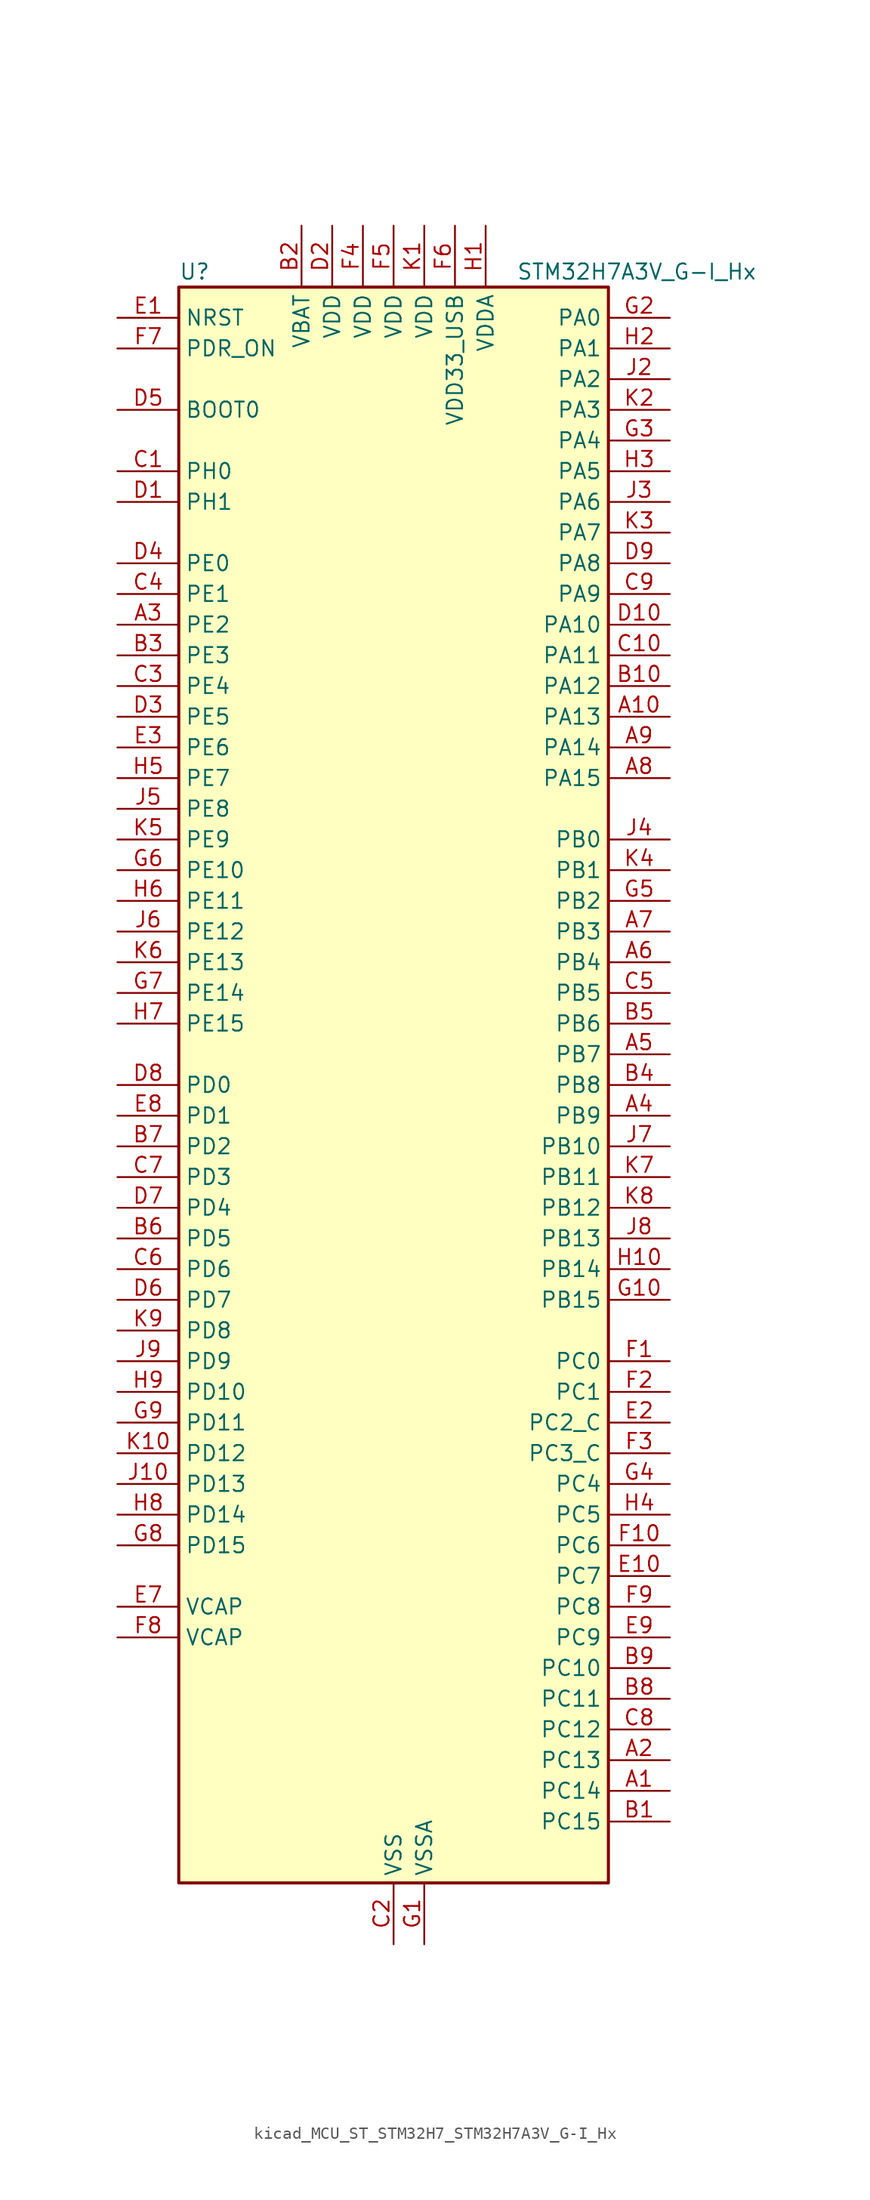
<source format=kicad_sym>
(kicad_symbol_lib
  (version 20220914)
  (generator kicad_symbol_editor)
  (symbol "kicad_MCU_ST_STM32H7_STM32H7A3V_G-I_Hx"
    (property "Reference" "U"
      (at -17.78 67.31 0)
      (effects (font (size 1.27 1.27)) (justify left)))
    (property "Value" "STM32H7A3V_G-I_Hx"
      (at 10.16 67.31 0)
      (effects (font (size 1.27 1.27)) (justify left)))
    (property "ki_locked" ""
      (at 0 0 0)
      (effects (font (size 1.27 1.27))))
    (symbol "kicad_MCU_ST_STM32H7_STM32H7A3V_G-I_Hx_0_1"
      (rectangle (start -17.78 -66.04) (end 17.78 66.04) (stroke (width 0.254) (type default)) (fill (type background))))
    (symbol "kicad_MCU_ST_STM32H7_STM32H7A3V_G-I_Hx_1_1"
      (pin bidirectional line (at 22.86 -58.42 180) (length 5.08) (name "PC14" (effects (font (size 1.27 1.27)))) (number "A1" (effects (font (size 1.27 1.27)))) (alternate "RCC_OSC32_IN" bidirectional line))
      (pin bidirectional line (at 22.86 30.48 180) (length 5.08) (name "PA13" (effects (font (size 1.27 1.27)))) (number "A10" (effects (font (size 1.27 1.27)))) (alternate "DEBUG_JTMS-SWDIO" bidirectional line))
      (pin bidirectional line (at 22.86 -55.88 180) (length 5.08) (name "PC13" (effects (font (size 1.27 1.27)))) (number "A2" (effects (font (size 1.27 1.27)))) (alternate "PWR_WKUP4" bidirectional line) (alternate "RTC_OUT_ALARM" bidirectional line) (alternate "RTC_OUT_CALIB" bidirectional line) (alternate "RTC_TAMP1" bidirectional line) (alternate "RTC_TS" bidirectional line))
      (pin bidirectional line (at -22.86 38.1 0) (length 5.08) (name "PE2" (effects (font (size 1.27 1.27)))) (number "A3" (effects (font (size 1.27 1.27)))) (alternate "DEBUG_TRACECLK" bidirectional line) (alternate "FMC_A23" bidirectional line) (alternate "OCTOSPIM_P1_IO2" bidirectional line) (alternate "SAI1_CK1" bidirectional line) (alternate "SAI1_MCLK_A" bidirectional line) (alternate "SPI4_SCK" bidirectional line) (alternate "USART10_RX" bidirectional line))
      (pin bidirectional line (at 22.86 -2.54 180) (length 5.08) (name "PB9" (effects (font (size 1.27 1.27)))) (number "A4" (effects (font (size 1.27 1.27)))) (alternate "DAC1_EXTI9" bidirectional line) (alternate "DCMI_D7" bidirectional line) (alternate "DFSDM1_DATIN7" bidirectional line) (alternate "FDCAN1_TX" bidirectional line) (alternate "I2C1_SDA" bidirectional line) (alternate "I2C4_SDA" bidirectional line) (alternate "I2C4_SMBA" bidirectional line) (alternate "I2S2_WS" bidirectional line) (alternate "LTDC_B7" bidirectional line) (alternate "PSSI_D7" bidirectional line) (alternate "SDMMC1_CDIR" bidirectional line) (alternate "SDMMC1_D5" bidirectional line) (alternate "SDMMC2_D5" bidirectional line) (alternate "SPI2_NSS" bidirectional line) (alternate "TIM17_CH1" bidirectional line) (alternate "TIM4_CH4" bidirectional line) (alternate "UART4_TX" bidirectional line))
      (pin bidirectional line (at 22.86 2.54 180) (length 5.08) (name "PB7" (effects (font (size 1.27 1.27)))) (number "A5" (effects (font (size 1.27 1.27)))) (alternate "DCMI_VSYNC" bidirectional line) (alternate "DFSDM1_CKIN5" bidirectional line) (alternate "FMC_NL" bidirectional line) (alternate "I2C1_SDA" bidirectional line) (alternate "I2C4_SDA" bidirectional line) (alternate "LPUART1_RX" bidirectional line) (alternate "PSSI_RDY" bidirectional line) (alternate "PWR_PVD_IN" bidirectional line) (alternate "TIM17_CH1N" bidirectional line) (alternate "TIM4_CH2" bidirectional line) (alternate "USART1_RX" bidirectional line))
      (pin bidirectional line (at 22.86 10.16 180) (length 5.08) (name "PB4" (effects (font (size 1.27 1.27)))) (number "A6" (effects (font (size 1.27 1.27)))) (alternate "DEBUG_JTRST" bidirectional line) (alternate "I2S1_SDI" bidirectional line) (alternate "I2S2_WS" bidirectional line) (alternate "I2S3_SDI" bidirectional line) (alternate "I2S6_SDI" bidirectional line) (alternate "SDMMC2_D3" bidirectional line) (alternate "SPI1_MISO" bidirectional line) (alternate "SPI2_NSS" bidirectional line) (alternate "SPI3_MISO" bidirectional line) (alternate "SPI6_MISO" bidirectional line) (alternate "TIM16_BKIN" bidirectional line) (alternate "TIM3_CH1" bidirectional line) (alternate "UART7_TX" bidirectional line))
      (pin bidirectional line (at 22.86 12.7 180) (length 5.08) (name "PB3" (effects (font (size 1.27 1.27)))) (number "A7" (effects (font (size 1.27 1.27)))) (alternate "CRS_SYNC" bidirectional line) (alternate "DEBUG_JTDO-SWO" bidirectional line) (alternate "I2S1_CK" bidirectional line) (alternate "I2S3_CK" bidirectional line) (alternate "I2S6_CK" bidirectional line) (alternate "SDMMC2_D2" bidirectional line) (alternate "SPI1_SCK" bidirectional line) (alternate "SPI3_SCK" bidirectional line) (alternate "SPI6_SCK" bidirectional line) (alternate "TIM2_CH2" bidirectional line) (alternate "UART7_RX" bidirectional line))
      (pin bidirectional line (at 22.86 25.4 180) (length 5.08) (name "PA15" (effects (font (size 1.27 1.27)))) (number "A8" (effects (font (size 1.27 1.27)))) (alternate "ADC1_EXTI15" bidirectional line) (alternate "ADC2_EXTI15" bidirectional line) (alternate "CEC" bidirectional line) (alternate "DEBUG_JTDI" bidirectional line) (alternate "I2S1_WS" bidirectional line) (alternate "I2S3_WS" bidirectional line) (alternate "I2S6_WS" bidirectional line) (alternate "LTDC_B6" bidirectional line) (alternate "LTDC_R3" bidirectional line) (alternate "SPI1_NSS" bidirectional line) (alternate "SPI3_NSS" bidirectional line) (alternate "SPI6_NSS" bidirectional line) (alternate "TIM2_CH1" bidirectional line) (alternate "TIM2_ETR" bidirectional line) (alternate "UART4_DE" bidirectional line) (alternate "UART4_RTS" bidirectional line) (alternate "UART7_TX" bidirectional line))
      (pin bidirectional line (at 22.86 27.94 180) (length 5.08) (name "PA14" (effects (font (size 1.27 1.27)))) (number "A9" (effects (font (size 1.27 1.27)))) (alternate "DEBUG_JTCK-SWCLK" bidirectional line))
      (pin bidirectional line (at 22.86 -60.96 180) (length 5.08) (name "PC15" (effects (font (size 1.27 1.27)))) (number "B1" (effects (font (size 1.27 1.27)))) (alternate "ADC1_EXTI15" bidirectional line) (alternate "ADC2_EXTI15" bidirectional line) (alternate "RCC_OSC32_OUT" bidirectional line))
      (pin bidirectional line (at 22.86 33.02 180) (length 5.08) (name "PA12" (effects (font (size 1.27 1.27)))) (number "B10" (effects (font (size 1.27 1.27)))) (alternate "FDCAN1_TX" bidirectional line) (alternate "I2S2_CK" bidirectional line) (alternate "LPUART1_DE" bidirectional line) (alternate "LPUART1_RTS" bidirectional line) (alternate "LTDC_R5" bidirectional line) (alternate "SAI2_FS_B" bidirectional line) (alternate "SPI2_SCK" bidirectional line) (alternate "TIM1_ETR" bidirectional line) (alternate "UART4_TX" bidirectional line) (alternate "USART1_DE" bidirectional line) (alternate "USART1_RTS" bidirectional line) (alternate "USB_OTG_HS_DP" bidirectional line))
      (pin power_in line (at -7.62 71.12 270) (length 5.08) (name "VBAT" (effects (font (size 1.27 1.27)))) (number "B2" (effects (font (size 1.27 1.27)))))
      (pin bidirectional line (at -22.86 35.56 0) (length 5.08) (name "PE3" (effects (font (size 1.27 1.27)))) (number "B3" (effects (font (size 1.27 1.27)))) (alternate "DEBUG_TRACED0" bidirectional line) (alternate "FMC_A19" bidirectional line) (alternate "SAI1_SD_B" bidirectional line) (alternate "TIM15_BKIN" bidirectional line) (alternate "USART10_TX" bidirectional line))
      (pin bidirectional line (at 22.86 0 180) (length 5.08) (name "PB8" (effects (font (size 1.27 1.27)))) (number "B4" (effects (font (size 1.27 1.27)))) (alternate "DCMI_D6" bidirectional line) (alternate "DFSDM1_CKIN7" bidirectional line) (alternate "FDCAN1_RX" bidirectional line) (alternate "I2C1_SCL" bidirectional line) (alternate "I2C4_SCL" bidirectional line) (alternate "LTDC_B6" bidirectional line) (alternate "PSSI_D6" bidirectional line) (alternate "SDMMC1_CKIN" bidirectional line) (alternate "SDMMC1_D4" bidirectional line) (alternate "SDMMC2_D4" bidirectional line) (alternate "TIM16_CH1" bidirectional line) (alternate "TIM4_CH3" bidirectional line) (alternate "UART4_RX" bidirectional line))
      (pin bidirectional line (at 22.86 5.08 180) (length 5.08) (name "PB6" (effects (font (size 1.27 1.27)))) (number "B5" (effects (font (size 1.27 1.27)))) (alternate "CEC" bidirectional line) (alternate "DCMI_D5" bidirectional line) (alternate "DFSDM1_DATIN5" bidirectional line) (alternate "FDCAN2_TX" bidirectional line) (alternate "FMC_SDNE1" bidirectional line) (alternate "I2C1_SCL" bidirectional line) (alternate "I2C4_SCL" bidirectional line) (alternate "LPUART1_TX" bidirectional line) (alternate "OCTOSPIM_P1_NCS" bidirectional line) (alternate "PSSI_D5" bidirectional line) (alternate "TIM16_CH1N" bidirectional line) (alternate "TIM4_CH1" bidirectional line) (alternate "UART5_TX" bidirectional line) (alternate "USART1_TX" bidirectional line))
      (pin bidirectional line (at -22.86 -12.7 0) (length 5.08) (name "PD5" (effects (font (size 1.27 1.27)))) (number "B6" (effects (font (size 1.27 1.27)))) (alternate "FMC_NWE" bidirectional line) (alternate "OCTOSPIM_P1_IO5" bidirectional line) (alternate "USART2_TX" bidirectional line))
      (pin bidirectional line (at -22.86 -5.08 0) (length 5.08) (name "PD2" (effects (font (size 1.27 1.27)))) (number "B7" (effects (font (size 1.27 1.27)))) (alternate "DCMI_D11" bidirectional line) (alternate "DEBUG_TRACED2" bidirectional line) (alternate "LTDC_B2" bidirectional line) (alternate "LTDC_B7" bidirectional line) (alternate "PSSI_D11" bidirectional line) (alternate "SDMMC1_CMD" bidirectional line) (alternate "TIM15_BKIN" bidirectional line) (alternate "TIM3_ETR" bidirectional line) (alternate "UART5_RX" bidirectional line))
      (pin bidirectional line (at 22.86 -50.8 180) (length 5.08) (name "PC11" (effects (font (size 1.27 1.27)))) (number "B8" (effects (font (size 1.27 1.27)))) (alternate "ADC1_EXTI11" bidirectional line) (alternate "ADC2_EXTI11" bidirectional line) (alternate "DCMI_D4" bidirectional line) (alternate "DFSDM1_DATIN5" bidirectional line) (alternate "DFSDM2_DATIN0" bidirectional line) (alternate "I2S3_SDI" bidirectional line) (alternate "LTDC_B4" bidirectional line) (alternate "OCTOSPIM_P1_NCS" bidirectional line) (alternate "PSSI_D4" bidirectional line) (alternate "SDMMC1_D3" bidirectional line) (alternate "SPI3_MISO" bidirectional line) (alternate "UART4_RX" bidirectional line) (alternate "USART3_RX" bidirectional line))
      (pin bidirectional line (at 22.86 -48.26 180) (length 5.08) (name "PC10" (effects (font (size 1.27 1.27)))) (number "B9" (effects (font (size 1.27 1.27)))) (alternate "DCMI_D8" bidirectional line) (alternate "DFSDM1_CKIN5" bidirectional line) (alternate "DFSDM2_CKIN0" bidirectional line) (alternate "I2S3_CK" bidirectional line) (alternate "LTDC_B1" bidirectional line) (alternate "LTDC_R2" bidirectional line) (alternate "OCTOSPIM_P1_IO1" bidirectional line) (alternate "PSSI_D8" bidirectional line) (alternate "SDMMC1_D2" bidirectional line) (alternate "SPI3_SCK" bidirectional line) (alternate "SWPMI1_RX" bidirectional line) (alternate "UART4_TX" bidirectional line) (alternate "USART3_TX" bidirectional line))
      (pin bidirectional line (at -22.86 50.8 0) (length 5.08) (name "PH0" (effects (font (size 1.27 1.27)))) (number "C1" (effects (font (size 1.27 1.27)))) (alternate "RCC_OSC_IN" bidirectional line))
      (pin bidirectional line (at 22.86 35.56 180) (length 5.08) (name "PA11" (effects (font (size 1.27 1.27)))) (number "C10" (effects (font (size 1.27 1.27)))) (alternate "ADC1_EXTI11" bidirectional line) (alternate "ADC2_EXTI11" bidirectional line) (alternate "FDCAN1_RX" bidirectional line) (alternate "I2S2_WS" bidirectional line) (alternate "LPUART1_CTS" bidirectional line) (alternate "LTDC_R4" bidirectional line) (alternate "SPI2_NSS" bidirectional line) (alternate "TIM1_CH4" bidirectional line) (alternate "UART4_RX" bidirectional line) (alternate "USART1_CTS" bidirectional line) (alternate "USART1_NSS" bidirectional line) (alternate "USB_OTG_HS_DM" bidirectional line))
      (pin power_in line (at 0 -71.12 90) (length 5.08) (name "VSS" (effects (font (size 1.27 1.27)))) (number "C2" (effects (font (size 1.27 1.27)))))
      (pin bidirectional line (at -22.86 33.02 0) (length 5.08) (name "PE4" (effects (font (size 1.27 1.27)))) (number "C3" (effects (font (size 1.27 1.27)))) (alternate "DCMI_D4" bidirectional line) (alternate "DEBUG_TRACED1" bidirectional line) (alternate "DFSDM1_DATIN3" bidirectional line) (alternate "FMC_A20" bidirectional line) (alternate "LTDC_B0" bidirectional line) (alternate "PSSI_D4" bidirectional line) (alternate "SAI1_D2" bidirectional line) (alternate "SAI1_FS_A" bidirectional line) (alternate "SPI4_NSS" bidirectional line) (alternate "TIM15_CH1N" bidirectional line))
      (pin bidirectional line (at -22.86 40.64 0) (length 5.08) (name "PE1" (effects (font (size 1.27 1.27)))) (number "C4" (effects (font (size 1.27 1.27)))) (alternate "DCMI_D3" bidirectional line) (alternate "FMC_NBL1" bidirectional line) (alternate "LPTIM1_IN2" bidirectional line) (alternate "LTDC_R6" bidirectional line) (alternate "PSSI_D3" bidirectional line) (alternate "UART8_TX" bidirectional line))
      (pin bidirectional line (at 22.86 7.62 180) (length 5.08) (name "PB5" (effects (font (size 1.27 1.27)))) (number "C5" (effects (font (size 1.27 1.27)))) (alternate "DCMI_D10" bidirectional line) (alternate "FDCAN2_RX" bidirectional line) (alternate "FMC_SDCKE1" bidirectional line) (alternate "I2C1_SMBA" bidirectional line) (alternate "I2C4_SMBA" bidirectional line) (alternate "I2S1_SDO" bidirectional line) (alternate "I2S3_SDO" bidirectional line) (alternate "I2S6_SDO" bidirectional line) (alternate "LTDC_B5" bidirectional line) (alternate "PSSI_D10" bidirectional line) (alternate "SPI1_MOSI" bidirectional line) (alternate "SPI3_MOSI" bidirectional line) (alternate "SPI6_MOSI" bidirectional line) (alternate "TIM17_BKIN" bidirectional line) (alternate "TIM3_CH2" bidirectional line) (alternate "UART5_RX" bidirectional line) (alternate "USB_OTG_HS_ULPI_D7" bidirectional line))
      (pin bidirectional line (at -22.86 -15.24 0) (length 5.08) (name "PD6" (effects (font (size 1.27 1.27)))) (number "C6" (effects (font (size 1.27 1.27)))) (alternate "DCMI_D10" bidirectional line) (alternate "DFSDM1_CKIN4" bidirectional line) (alternate "DFSDM1_DATIN1" bidirectional line) (alternate "FMC_NWAIT" bidirectional line) (alternate "I2S3_SDO" bidirectional line) (alternate "LTDC_B2" bidirectional line) (alternate "OCTOSPIM_P1_IO6" bidirectional line) (alternate "PSSI_D10" bidirectional line) (alternate "SAI1_D1" bidirectional line) (alternate "SAI1_SD_A" bidirectional line) (alternate "SDMMC2_CK" bidirectional line) (alternate "SPI3_MOSI" bidirectional line) (alternate "USART2_RX" bidirectional line))
      (pin bidirectional line (at -22.86 -7.62 0) (length 5.08) (name "PD3" (effects (font (size 1.27 1.27)))) (number "C7" (effects (font (size 1.27 1.27)))) (alternate "DCMI_D5" bidirectional line) (alternate "DFSDM1_CKOUT" bidirectional line) (alternate "FMC_CLK" bidirectional line) (alternate "I2S2_CK" bidirectional line) (alternate "LTDC_G7" bidirectional line) (alternate "PSSI_D5" bidirectional line) (alternate "SPI2_SCK" bidirectional line) (alternate "USART2_CTS" bidirectional line) (alternate "USART2_NSS" bidirectional line))
      (pin bidirectional line (at 22.86 -53.34 180) (length 5.08) (name "PC12" (effects (font (size 1.27 1.27)))) (number "C8" (effects (font (size 1.27 1.27)))) (alternate "DCMI_D9" bidirectional line) (alternate "DEBUG_TRACED3" bidirectional line) (alternate "DFSDM2_CKOUT" bidirectional line) (alternate "I2S3_SDO" bidirectional line) (alternate "I2S6_CK" bidirectional line) (alternate "LTDC_R6" bidirectional line) (alternate "PSSI_D9" bidirectional line) (alternate "SDMMC1_CK" bidirectional line) (alternate "SPI3_MOSI" bidirectional line) (alternate "SPI6_SCK" bidirectional line) (alternate "TIM15_CH1" bidirectional line) (alternate "UART5_TX" bidirectional line) (alternate "USART3_CK" bidirectional line))
      (pin bidirectional line (at 22.86 40.64 180) (length 5.08) (name "PA9" (effects (font (size 1.27 1.27)))) (number "C9" (effects (font (size 1.27 1.27)))) (alternate "DAC1_EXTI9" bidirectional line) (alternate "DCMI_D0" bidirectional line) (alternate "I2C3_SMBA" bidirectional line) (alternate "I2S2_CK" bidirectional line) (alternate "LPUART1_TX" bidirectional line) (alternate "LTDC_R5" bidirectional line) (alternate "PSSI_D0" bidirectional line) (alternate "SPI2_SCK" bidirectional line) (alternate "TIM1_CH2" bidirectional line) (alternate "USART1_TX" bidirectional line) (alternate "USB_OTG_HS_VBUS" bidirectional line))
      (pin bidirectional line (at -22.86 48.26 0) (length 5.08) (name "PH1" (effects (font (size 1.27 1.27)))) (number "D1" (effects (font (size 1.27 1.27)))) (alternate "RCC_OSC_OUT" bidirectional line))
      (pin bidirectional line (at 22.86 38.1 180) (length 5.08) (name "PA10" (effects (font (size 1.27 1.27)))) (number "D10" (effects (font (size 1.27 1.27)))) (alternate "DCMI_D1" bidirectional line) (alternate "LPUART1_RX" bidirectional line) (alternate "LTDC_B1" bidirectional line) (alternate "LTDC_B4" bidirectional line) (alternate "MDIOS_MDIO" bidirectional line) (alternate "PSSI_D1" bidirectional line) (alternate "TIM1_CH3" bidirectional line) (alternate "USART1_RX" bidirectional line) (alternate "USB_OTG_HS_ID" bidirectional line))
      (pin power_in line (at -5.08 71.12 270) (length 5.08) (name "VDD" (effects (font (size 1.27 1.27)))) (number "D2" (effects (font (size 1.27 1.27)))))
      (pin bidirectional line (at -22.86 30.48 0) (length 5.08) (name "PE5" (effects (font (size 1.27 1.27)))) (number "D3" (effects (font (size 1.27 1.27)))) (alternate "DCMI_D6" bidirectional line) (alternate "DEBUG_TRACED2" bidirectional line) (alternate "DFSDM1_CKIN3" bidirectional line) (alternate "FMC_A21" bidirectional line) (alternate "LTDC_G0" bidirectional line) (alternate "PSSI_D6" bidirectional line) (alternate "SAI1_CK2" bidirectional line) (alternate "SAI1_SCK_A" bidirectional line) (alternate "SPI4_MISO" bidirectional line) (alternate "TIM15_CH1" bidirectional line))
      (pin bidirectional line (at -22.86 43.18 0) (length 5.08) (name "PE0" (effects (font (size 1.27 1.27)))) (number "D4" (effects (font (size 1.27 1.27)))) (alternate "DCMI_D2" bidirectional line) (alternate "FMC_NBL0" bidirectional line) (alternate "LPTIM1_ETR" bidirectional line) (alternate "LPTIM2_ETR" bidirectional line) (alternate "LTDC_R0" bidirectional line) (alternate "PSSI_D2" bidirectional line) (alternate "SAI2_MCLK_A" bidirectional line) (alternate "TIM4_ETR" bidirectional line) (alternate "UART8_RX" bidirectional line))
      (pin input line (at -22.86 55.88 0) (length 5.08) (name "BOOT0" (effects (font (size 1.27 1.27)))) (number "D5" (effects (font (size 1.27 1.27)))))
      (pin bidirectional line (at -22.86 -17.78 0) (length 5.08) (name "PD7" (effects (font (size 1.27 1.27)))) (number "D6" (effects (font (size 1.27 1.27)))) (alternate "DFSDM1_CKIN1" bidirectional line) (alternate "DFSDM1_DATIN4" bidirectional line) (alternate "FMC_NE1" bidirectional line) (alternate "I2S1_SDO" bidirectional line) (alternate "OCTOSPIM_P1_IO7" bidirectional line) (alternate "SDMMC2_CMD" bidirectional line) (alternate "SPDIFRX_IN0" bidirectional line) (alternate "SPI1_MOSI" bidirectional line) (alternate "USART2_CK" bidirectional line))
      (pin bidirectional line (at -22.86 -10.16 0) (length 5.08) (name "PD4" (effects (font (size 1.27 1.27)))) (number "D7" (effects (font (size 1.27 1.27)))) (alternate "FMC_NOE" bidirectional line) (alternate "OCTOSPIM_P1_IO4" bidirectional line) (alternate "USART2_DE" bidirectional line) (alternate "USART2_RTS" bidirectional line))
      (pin bidirectional line (at -22.86 0 0) (length 5.08) (name "PD0" (effects (font (size 1.27 1.27)))) (number "D8" (effects (font (size 1.27 1.27)))) (alternate "DFSDM1_CKIN6" bidirectional line) (alternate "FDCAN1_RX" bidirectional line) (alternate "FMC_D2" bidirectional line) (alternate "FMC_DA2" bidirectional line) (alternate "LTDC_B1" bidirectional line) (alternate "UART4_RX" bidirectional line) (alternate "UART9_CTS" bidirectional line))
      (pin bidirectional line (at 22.86 43.18 180) (length 5.08) (name "PA8" (effects (font (size 1.27 1.27)))) (number "D9" (effects (font (size 1.27 1.27)))) (alternate "I2C3_SCL" bidirectional line) (alternate "LTDC_B3" bidirectional line) (alternate "LTDC_R6" bidirectional line) (alternate "RCC_MCO_1" bidirectional line) (alternate "TIM1_CH1" bidirectional line) (alternate "TIM8_BKIN2" bidirectional line) (alternate "TIM8_BKIN2_COMP1" bidirectional line) (alternate "TIM8_BKIN2_COMP2" bidirectional line) (alternate "UART7_RX" bidirectional line) (alternate "USART1_CK" bidirectional line) (alternate "USB_OTG_HS_SOF" bidirectional line))
      (pin input line (at -22.86 63.5 0) (length 5.08) (name "NRST" (effects (font (size 1.27 1.27)))) (number "E1" (effects (font (size 1.27 1.27)))))
      (pin bidirectional line (at 22.86 -40.64 180) (length 5.08) (name "PC7" (effects (font (size 1.27 1.27)))) (number "E10" (effects (font (size 1.27 1.27)))) (alternate "DCMI_D1" bidirectional line) (alternate "DEBUG_TRGIO" bidirectional line) (alternate "DFSDM1_DATIN3" bidirectional line) (alternate "FMC_NE1" bidirectional line) (alternate "I2S3_MCK" bidirectional line) (alternate "LTDC_G6" bidirectional line) (alternate "PSSI_D1" bidirectional line) (alternate "SDMMC1_D123DIR" bidirectional line) (alternate "SDMMC1_D7" bidirectional line) (alternate "SDMMC2_D7" bidirectional line) (alternate "SWPMI1_TX" bidirectional line) (alternate "TIM3_CH2" bidirectional line) (alternate "TIM8_CH2" bidirectional line) (alternate "USART6_RX" bidirectional line))
      (pin bidirectional line (at 22.86 -27.94 180) (length 5.08) (name "PC2_C" (effects (font (size 1.27 1.27)))) (number "E2" (effects (font (size 1.27 1.27)))) (alternate "ADC2_INN1" bidirectional line) (alternate "ADC2_INP0" bidirectional line) (alternate "DFSDM1_CKIN1" bidirectional line) (alternate "DFSDM1_CKOUT" bidirectional line) (alternate "FMC_SDNE0" bidirectional line) (alternate "I2S2_SDI" bidirectional line) (alternate "OCTOSPIM_P1_IO2" bidirectional line) (alternate "OCTOSPIM_P1_IO5" bidirectional line) (alternate "PWR_CSTOP" bidirectional line) (alternate "SPI2_MISO" bidirectional line) (alternate "USB_OTG_HS_ULPI_DIR" bidirectional line))
      (pin bidirectional line (at -22.86 27.94 0) (length 5.08) (name "PE6" (effects (font (size 1.27 1.27)))) (number "E3" (effects (font (size 1.27 1.27)))) (alternate "DCMI_D7" bidirectional line) (alternate "DEBUG_TRACED3" bidirectional line) (alternate "FMC_A22" bidirectional line) (alternate "LTDC_G1" bidirectional line) (alternate "PSSI_D7" bidirectional line) (alternate "SAI1_D1" bidirectional line) (alternate "SAI1_SD_A" bidirectional line) (alternate "SAI2_MCLK_B" bidirectional line) (alternate "SPI4_MOSI" bidirectional line) (alternate "TIM15_CH2" bidirectional line) (alternate "TIM1_BKIN2" bidirectional line) (alternate "TIM1_BKIN2_COMP1" bidirectional line) (alternate "TIM1_BKIN2_COMP2" bidirectional line))
      (pin passive line (at 0 -71.12 90) (length 5.08) hide (name "VSS" (effects (font (size 1.27 1.27)))) (number "E4" (effects (font (size 1.27 1.27)))))
      (pin passive line (at 0 -71.12 90) (length 5.08) hide (name "VSS" (effects (font (size 1.27 1.27)))) (number "E5" (effects (font (size 1.27 1.27)))))
      (pin passive line (at 0 -71.12 90) (length 5.08) hide (name "VSS" (effects (font (size 1.27 1.27)))) (number "E6" (effects (font (size 1.27 1.27)))))
      (pin power_out line (at -22.86 -43.18 0) (length 5.08) (name "VCAP" (effects (font (size 1.27 1.27)))) (number "E7" (effects (font (size 1.27 1.27)))))
      (pin bidirectional line (at -22.86 -2.54 0) (length 5.08) (name "PD1" (effects (font (size 1.27 1.27)))) (number "E8" (effects (font (size 1.27 1.27)))) (alternate "DFSDM1_DATIN6" bidirectional line) (alternate "FDCAN1_TX" bidirectional line) (alternate "FMC_D3" bidirectional line) (alternate "FMC_DA3" bidirectional line) (alternate "UART4_TX" bidirectional line))
      (pin bidirectional line (at 22.86 -45.72 180) (length 5.08) (name "PC9" (effects (font (size 1.27 1.27)))) (number "E9" (effects (font (size 1.27 1.27)))) (alternate "DAC1_EXTI9" bidirectional line) (alternate "DCMI_D3" bidirectional line) (alternate "I2C3_SDA" bidirectional line) (alternate "I2S_CKIN" bidirectional line) (alternate "LTDC_B2" bidirectional line) (alternate "LTDC_G3" bidirectional line) (alternate "OCTOSPIM_P1_IO0" bidirectional line) (alternate "PSSI_D3" bidirectional line) (alternate "RCC_MCO_2" bidirectional line) (alternate "SDMMC1_D1" bidirectional line) (alternate "SWPMI1_SUSPEND" bidirectional line) (alternate "TIM3_CH4" bidirectional line) (alternate "TIM8_CH4" bidirectional line) (alternate "UART5_CTS" bidirectional line))
      (pin bidirectional line (at 22.86 -22.86 180) (length 5.08) (name "PC0" (effects (font (size 1.27 1.27)))) (number "F1" (effects (font (size 1.27 1.27)))) (alternate "ADC1_INP10" bidirectional line) (alternate "ADC2_INP10" bidirectional line) (alternate "DFSDM1_CKIN0" bidirectional line) (alternate "DFSDM1_DATIN4" bidirectional line) (alternate "FMC_A25" bidirectional line) (alternate "FMC_SDNWE" bidirectional line) (alternate "LTDC_G2" bidirectional line) (alternate "LTDC_R5" bidirectional line) (alternate "SAI2_FS_B" bidirectional line) (alternate "USB_OTG_HS_ULPI_STP" bidirectional line))
      (pin bidirectional line (at 22.86 -38.1 180) (length 5.08) (name "PC6" (effects (font (size 1.27 1.27)))) (number "F10" (effects (font (size 1.27 1.27)))) (alternate "DCMI_D0" bidirectional line) (alternate "DFSDM1_CKIN3" bidirectional line) (alternate "FMC_NWAIT" bidirectional line) (alternate "I2S2_MCK" bidirectional line) (alternate "LTDC_HSYNC" bidirectional line) (alternate "PSSI_D0" bidirectional line) (alternate "SDMMC1_D0DIR" bidirectional line) (alternate "SDMMC1_D6" bidirectional line) (alternate "SDMMC2_D6" bidirectional line) (alternate "SWPMI1_IO" bidirectional line) (alternate "TIM3_CH1" bidirectional line) (alternate "TIM8_CH1" bidirectional line) (alternate "USART6_TX" bidirectional line))
      (pin bidirectional line (at 22.86 -25.4 180) (length 5.08) (name "PC1" (effects (font (size 1.27 1.27)))) (number "F2" (effects (font (size 1.27 1.27)))) (alternate "ADC1_INN10" bidirectional line) (alternate "ADC1_INP11" bidirectional line) (alternate "ADC2_INN10" bidirectional line) (alternate "ADC2_INP11" bidirectional line) (alternate "DEBUG_TRACED0" bidirectional line) (alternate "DFSDM1_CKIN4" bidirectional line) (alternate "DFSDM1_DATIN0" bidirectional line) (alternate "I2S2_SDO" bidirectional line) (alternate "LTDC_G5" bidirectional line) (alternate "MDIOS_MDC" bidirectional line) (alternate "OCTOSPIM_P1_IO4" bidirectional line) (alternate "PWR_WKUP6" bidirectional line) (alternate "RTC_TAMP3" bidirectional line) (alternate "SAI1_D1" bidirectional line) (alternate "SAI1_SD_A" bidirectional line) (alternate "SDMMC2_CK" bidirectional line) (alternate "SPI2_MOSI" bidirectional line))
      (pin bidirectional line (at 22.86 -30.48 180) (length 5.08) (name "PC3_C" (effects (font (size 1.27 1.27)))) (number "F3" (effects (font (size 1.27 1.27)))) (alternate "ADC2_INP1" bidirectional line) (alternate "DFSDM1_DATIN1" bidirectional line) (alternate "FMC_SDCKE0" bidirectional line) (alternate "I2S2_SDO" bidirectional line) (alternate "OCTOSPIM_P1_IO0" bidirectional line) (alternate "OCTOSPIM_P1_IO6" bidirectional line) (alternate "PWR_CSLEEP" bidirectional line) (alternate "SPI2_MOSI" bidirectional line) (alternate "USB_OTG_HS_ULPI_NXT" bidirectional line))
      (pin power_in line (at -2.54 71.12 270) (length 5.08) (name "VDD" (effects (font (size 1.27 1.27)))) (number "F4" (effects (font (size 1.27 1.27)))))
      (pin power_in line (at 0 71.12 270) (length 5.08) (name "VDD" (effects (font (size 1.27 1.27)))) (number "F5" (effects (font (size 1.27 1.27)))))
      (pin power_in line (at 5.08 71.12 270) (length 5.08) (name "VDD33_USB" (effects (font (size 1.27 1.27)))) (number "F6" (effects (font (size 1.27 1.27)))))
      (pin input line (at -22.86 60.96 0) (length 5.08) (name "PDR_ON" (effects (font (size 1.27 1.27)))) (number "F7" (effects (font (size 1.27 1.27)))))
      (pin power_out line (at -22.86 -45.72 0) (length 5.08) (name "VCAP" (effects (font (size 1.27 1.27)))) (number "F8" (effects (font (size 1.27 1.27)))))
      (pin bidirectional line (at 22.86 -43.18 180) (length 5.08) (name "PC8" (effects (font (size 1.27 1.27)))) (number "F9" (effects (font (size 1.27 1.27)))) (alternate "DCMI_D2" bidirectional line) (alternate "DEBUG_TRACED1" bidirectional line) (alternate "FMC_INT" bidirectional line) (alternate "FMC_NCE" bidirectional line) (alternate "FMC_NE2" bidirectional line) (alternate "PSSI_D2" bidirectional line) (alternate "SDMMC1_D0" bidirectional line) (alternate "SWPMI1_RX" bidirectional line) (alternate "TIM3_CH3" bidirectional line) (alternate "TIM8_CH3" bidirectional line) (alternate "UART5_DE" bidirectional line) (alternate "UART5_RTS" bidirectional line) (alternate "USART6_CK" bidirectional line))
      (pin power_in line (at 2.54 -71.12 90) (length 5.08) (name "VSSA" (effects (font (size 1.27 1.27)))) (number "G1" (effects (font (size 1.27 1.27)))))
      (pin bidirectional line (at 22.86 -17.78 180) (length 5.08) (name "PB15" (effects (font (size 1.27 1.27)))) (number "G10" (effects (font (size 1.27 1.27)))) (alternate "ADC1_EXTI15" bidirectional line) (alternate "ADC2_EXTI15" bidirectional line) (alternate "DFSDM1_CKIN2" bidirectional line) (alternate "I2S2_SDO" bidirectional line) (alternate "LTDC_G7" bidirectional line) (alternate "RTC_REFIN" bidirectional line) (alternate "SDMMC2_D1" bidirectional line) (alternate "SPI2_MOSI" bidirectional line) (alternate "TIM12_CH2" bidirectional line) (alternate "TIM1_CH3N" bidirectional line) (alternate "TIM8_CH3N" bidirectional line) (alternate "UART4_CTS" bidirectional line) (alternate "USART1_RX" bidirectional line))
      (pin bidirectional line (at 22.86 63.5 180) (length 5.08) (name "PA0" (effects (font (size 1.27 1.27)))) (number "G2" (effects (font (size 1.27 1.27)))) (alternate "ADC1_INP16" bidirectional line) (alternate "I2S6_WS" bidirectional line) (alternate "PWR_WKUP1" bidirectional line) (alternate "SAI2_SD_B" bidirectional line) (alternate "SDMMC2_CMD" bidirectional line) (alternate "SPI6_NSS" bidirectional line) (alternate "TIM15_BKIN" bidirectional line) (alternate "TIM2_CH1" bidirectional line) (alternate "TIM2_ETR" bidirectional line) (alternate "TIM5_CH1" bidirectional line) (alternate "TIM8_ETR" bidirectional line) (alternate "UART4_TX" bidirectional line) (alternate "USART2_CTS" bidirectional line) (alternate "USART2_NSS" bidirectional line))
      (pin bidirectional line (at 22.86 53.34 180) (length 5.08) (name "PA4" (effects (font (size 1.27 1.27)))) (number "G3" (effects (font (size 1.27 1.27)))) (alternate "ADC1_INP18" bidirectional line) (alternate "DAC1_OUT1" bidirectional line) (alternate "DCMI_HSYNC" bidirectional line) (alternate "I2S1_WS" bidirectional line) (alternate "I2S3_WS" bidirectional line) (alternate "I2S6_WS" bidirectional line) (alternate "LTDC_VSYNC" bidirectional line) (alternate "PSSI_DE" bidirectional line) (alternate "SPI1_NSS" bidirectional line) (alternate "SPI3_NSS" bidirectional line) (alternate "SPI6_NSS" bidirectional line) (alternate "TIM5_ETR" bidirectional line) (alternate "USART2_CK" bidirectional line))
      (pin bidirectional line (at 22.86 -33.02 180) (length 5.08) (name "PC4" (effects (font (size 1.27 1.27)))) (number "G4" (effects (font (size 1.27 1.27)))) (alternate "ADC1_INP4" bidirectional line) (alternate "ADC2_INP4" bidirectional line) (alternate "COMP1_INM" bidirectional line) (alternate "DFSDM1_CKIN2" bidirectional line) (alternate "FMC_SDNE0" bidirectional line) (alternate "I2S1_MCK" bidirectional line) (alternate "LTDC_R7" bidirectional line) (alternate "OPAMP1_VOUT" bidirectional line) (alternate "SPDIFRX_IN2" bidirectional line))
      (pin bidirectional line (at 22.86 15.24 180) (length 5.08) (name "PB2" (effects (font (size 1.27 1.27)))) (number "G5" (effects (font (size 1.27 1.27)))) (alternate "COMP1_INP" bidirectional line) (alternate "DFSDM1_CKIN1" bidirectional line) (alternate "I2S3_SDO" bidirectional line) (alternate "OCTOSPIM_P1_CLK" bidirectional line) (alternate "OCTOSPIM_P1_DQS" bidirectional line) (alternate "RTC_OUT_ALARM" bidirectional line) (alternate "RTC_OUT_CALIB" bidirectional line) (alternate "SAI1_D1" bidirectional line) (alternate "SAI1_SD_A" bidirectional line) (alternate "SPI3_MOSI" bidirectional line))
      (pin bidirectional line (at -22.86 17.78 0) (length 5.08) (name "PE10" (effects (font (size 1.27 1.27)))) (number "G6" (effects (font (size 1.27 1.27)))) (alternate "COMP2_INM" bidirectional line) (alternate "DFSDM1_DATIN4" bidirectional line) (alternate "FMC_D7" bidirectional line) (alternate "FMC_DA7" bidirectional line) (alternate "OCTOSPIM_P1_IO7" bidirectional line) (alternate "TIM1_CH2N" bidirectional line) (alternate "UART7_CTS" bidirectional line))
      (pin bidirectional line (at -22.86 7.62 0) (length 5.08) (name "PE14" (effects (font (size 1.27 1.27)))) (number "G7" (effects (font (size 1.27 1.27)))) (alternate "FMC_D11" bidirectional line) (alternate "FMC_DA11" bidirectional line) (alternate "LTDC_CLK" bidirectional line) (alternate "SAI2_MCLK_B" bidirectional line) (alternate "SPI4_MOSI" bidirectional line) (alternate "TIM1_CH4" bidirectional line))
      (pin bidirectional line (at -22.86 -38.1 0) (length 5.08) (name "PD15" (effects (font (size 1.27 1.27)))) (number "G8" (effects (font (size 1.27 1.27)))) (alternate "ADC1_EXTI15" bidirectional line) (alternate "ADC2_EXTI15" bidirectional line) (alternate "FMC_D1" bidirectional line) (alternate "FMC_DA1" bidirectional line) (alternate "TIM4_CH4" bidirectional line) (alternate "UART8_DE" bidirectional line) (alternate "UART8_RTS" bidirectional line) (alternate "UART9_TX" bidirectional line))
      (pin bidirectional line (at -22.86 -27.94 0) (length 5.08) (name "PD11" (effects (font (size 1.27 1.27)))) (number "G9" (effects (font (size 1.27 1.27)))) (alternate "ADC1_EXTI11" bidirectional line) (alternate "ADC2_EXTI11" bidirectional line) (alternate "FMC_A16" bidirectional line) (alternate "FMC_CLE" bidirectional line) (alternate "I2C4_SMBA" bidirectional line) (alternate "LPTIM2_IN2" bidirectional line) (alternate "OCTOSPIM_P1_IO0" bidirectional line) (alternate "SAI2_SD_A" bidirectional line) (alternate "USART3_CTS" bidirectional line) (alternate "USART3_NSS" bidirectional line))
      (pin power_in line (at 7.62 71.12 270) (length 5.08) (name "VDDA" (effects (font (size 1.27 1.27)))) (number "H1" (effects (font (size 1.27 1.27)))))
      (pin bidirectional line (at 22.86 -15.24 180) (length 5.08) (name "PB14" (effects (font (size 1.27 1.27)))) (number "H10" (effects (font (size 1.27 1.27)))) (alternate "DFSDM1_DATIN2" bidirectional line) (alternate "I2S2_SDI" bidirectional line) (alternate "LTDC_CLK" bidirectional line) (alternate "SDMMC2_D0" bidirectional line) (alternate "SPI2_MISO" bidirectional line) (alternate "TIM12_CH1" bidirectional line) (alternate "TIM1_CH2N" bidirectional line) (alternate "TIM8_CH2N" bidirectional line) (alternate "UART4_DE" bidirectional line) (alternate "UART4_RTS" bidirectional line) (alternate "USART1_TX" bidirectional line) (alternate "USART3_DE" bidirectional line) (alternate "USART3_RTS" bidirectional line))
      (pin bidirectional line (at 22.86 60.96 180) (length 5.08) (name "PA1" (effects (font (size 1.27 1.27)))) (number "H2" (effects (font (size 1.27 1.27)))) (alternate "ADC1_INN16" bidirectional line) (alternate "ADC1_INP17" bidirectional line) (alternate "LPTIM3_OUT" bidirectional line) (alternate "LTDC_R2" bidirectional line) (alternate "OCTOSPIM_P1_DQS" bidirectional line) (alternate "OCTOSPIM_P1_IO3" bidirectional line) (alternate "SAI2_MCLK_B" bidirectional line) (alternate "TIM15_CH1N" bidirectional line) (alternate "TIM2_CH2" bidirectional line) (alternate "TIM5_CH2" bidirectional line) (alternate "UART4_RX" bidirectional line) (alternate "USART2_DE" bidirectional line) (alternate "USART2_RTS" bidirectional line))
      (pin bidirectional line (at 22.86 50.8 180) (length 5.08) (name "PA5" (effects (font (size 1.27 1.27)))) (number "H3" (effects (font (size 1.27 1.27)))) (alternate "ADC1_INN18" bidirectional line) (alternate "ADC1_INP19" bidirectional line) (alternate "DAC1_OUT2" bidirectional line) (alternate "I2S1_CK" bidirectional line) (alternate "I2S6_CK" bidirectional line) (alternate "LTDC_R4" bidirectional line) (alternate "PSSI_D14" bidirectional line) (alternate "PWR_NDSTOP2" bidirectional line) (alternate "SPI1_SCK" bidirectional line) (alternate "SPI6_SCK" bidirectional line) (alternate "TIM2_CH1" bidirectional line) (alternate "TIM2_ETR" bidirectional line) (alternate "TIM8_CH1N" bidirectional line) (alternate "USB_OTG_HS_ULPI_CK" bidirectional line))
      (pin bidirectional line (at 22.86 -35.56 180) (length 5.08) (name "PC5" (effects (font (size 1.27 1.27)))) (number "H4" (effects (font (size 1.27 1.27)))) (alternate "ADC1_INN4" bidirectional line) (alternate "ADC1_INP8" bidirectional line) (alternate "ADC2_INN4" bidirectional line) (alternate "ADC2_INP8" bidirectional line) (alternate "COMP1_OUT" bidirectional line) (alternate "DFSDM1_DATIN2" bidirectional line) (alternate "FMC_SDCKE0" bidirectional line) (alternate "LTDC_DE" bidirectional line) (alternate "OCTOSPIM_P1_DQS" bidirectional line) (alternate "OPAMP1_VINM" bidirectional line) (alternate "PSSI_D15" bidirectional line) (alternate "SAI1_D3" bidirectional line) (alternate "SPDIFRX_IN3" bidirectional line))
      (pin bidirectional line (at -22.86 25.4 0) (length 5.08) (name "PE7" (effects (font (size 1.27 1.27)))) (number "H5" (effects (font (size 1.27 1.27)))) (alternate "COMP2_INM" bidirectional line) (alternate "DFSDM1_DATIN2" bidirectional line) (alternate "FMC_D4" bidirectional line) (alternate "FMC_DA4" bidirectional line) (alternate "OCTOSPIM_P1_IO4" bidirectional line) (alternate "OPAMP2_VOUT" bidirectional line) (alternate "TIM1_ETR" bidirectional line) (alternate "UART7_RX" bidirectional line))
      (pin bidirectional line (at -22.86 15.24 0) (length 5.08) (name "PE11" (effects (font (size 1.27 1.27)))) (number "H6" (effects (font (size 1.27 1.27)))) (alternate "ADC1_EXTI11" bidirectional line) (alternate "ADC2_EXTI11" bidirectional line) (alternate "COMP2_INP" bidirectional line) (alternate "DFSDM1_CKIN4" bidirectional line) (alternate "FMC_D8" bidirectional line) (alternate "FMC_DA8" bidirectional line) (alternate "LTDC_G3" bidirectional line) (alternate "OCTOSPIM_P1_NCS" bidirectional line) (alternate "SAI2_SD_B" bidirectional line) (alternate "SPI4_NSS" bidirectional line) (alternate "TIM1_CH2" bidirectional line))
      (pin bidirectional line (at -22.86 5.08 0) (length 5.08) (name "PE15" (effects (font (size 1.27 1.27)))) (number "H7" (effects (font (size 1.27 1.27)))) (alternate "ADC1_EXTI15" bidirectional line) (alternate "ADC2_EXTI15" bidirectional line) (alternate "FMC_D12" bidirectional line) (alternate "FMC_DA12" bidirectional line) (alternate "LTDC_R7" bidirectional line) (alternate "TIM1_BKIN" bidirectional line) (alternate "TIM1_BKIN_COMP1" bidirectional line) (alternate "TIM1_BKIN_COMP2" bidirectional line) (alternate "USART10_CK" bidirectional line))
      (pin bidirectional line (at -22.86 -35.56 0) (length 5.08) (name "PD14" (effects (font (size 1.27 1.27)))) (number "H8" (effects (font (size 1.27 1.27)))) (alternate "FMC_D0" bidirectional line) (alternate "FMC_DA0" bidirectional line) (alternate "TIM4_CH3" bidirectional line) (alternate "UART8_CTS" bidirectional line) (alternate "UART9_RX" bidirectional line))
      (pin bidirectional line (at -22.86 -25.4 0) (length 5.08) (name "PD10" (effects (font (size 1.27 1.27)))) (number "H9" (effects (font (size 1.27 1.27)))) (alternate "DFSDM1_CKOUT" bidirectional line) (alternate "DFSDM2_CKOUT" bidirectional line) (alternate "FMC_D15" bidirectional line) (alternate "FMC_DA15" bidirectional line) (alternate "LTDC_B3" bidirectional line) (alternate "USART3_CK" bidirectional line))
      (pin passive line (at 0 -71.12 90) (length 5.08) hide (name "VSS" (effects (font (size 1.27 1.27)))) (number "J1" (effects (font (size 1.27 1.27)))))
      (pin bidirectional line (at -22.86 -33.02 0) (length 5.08) (name "PD13" (effects (font (size 1.27 1.27)))) (number "J10" (effects (font (size 1.27 1.27)))) (alternate "DCMI_D13" bidirectional line) (alternate "FMC_A18" bidirectional line) (alternate "I2C4_SDA" bidirectional line) (alternate "LPTIM1_OUT" bidirectional line) (alternate "OCTOSPIM_P1_IO3" bidirectional line) (alternate "PSSI_D13" bidirectional line) (alternate "SAI2_SCK_A" bidirectional line) (alternate "TIM4_CH2" bidirectional line) (alternate "UART9_DE" bidirectional line) (alternate "UART9_RTS" bidirectional line))
      (pin bidirectional line (at 22.86 58.42 180) (length 5.08) (name "PA2" (effects (font (size 1.27 1.27)))) (number "J2" (effects (font (size 1.27 1.27)))) (alternate "ADC1_INP14" bidirectional line) (alternate "DFSDM2_CKIN1" bidirectional line) (alternate "LTDC_R1" bidirectional line) (alternate "MDIOS_MDIO" bidirectional line) (alternate "PWR_WKUP2" bidirectional line) (alternate "SAI2_SCK_B" bidirectional line) (alternate "TIM15_CH1" bidirectional line) (alternate "TIM2_CH3" bidirectional line) (alternate "TIM5_CH3" bidirectional line) (alternate "USART2_TX" bidirectional line))
      (pin bidirectional line (at 22.86 48.26 180) (length 5.08) (name "PA6" (effects (font (size 1.27 1.27)))) (number "J3" (effects (font (size 1.27 1.27)))) (alternate "ADC1_INP3" bidirectional line) (alternate "ADC2_INP3" bidirectional line) (alternate "DAC2_OUT1" bidirectional line) (alternate "DCMI_PIXCLK" bidirectional line) (alternate "I2S1_SDI" bidirectional line) (alternate "I2S6_SDI" bidirectional line) (alternate "LTDC_G2" bidirectional line) (alternate "MDIOS_MDC" bidirectional line) (alternate "OCTOSPIM_P1_IO3" bidirectional line) (alternate "PSSI_PDCK" bidirectional line) (alternate "SPI1_MISO" bidirectional line) (alternate "SPI6_MISO" bidirectional line) (alternate "TIM13_CH1" bidirectional line) (alternate "TIM1_BKIN" bidirectional line) (alternate "TIM1_BKIN_COMP1" bidirectional line) (alternate "TIM1_BKIN_COMP2" bidirectional line) (alternate "TIM3_CH1" bidirectional line) (alternate "TIM8_BKIN" bidirectional line) (alternate "TIM8_BKIN_COMP1" bidirectional line) (alternate "TIM8_BKIN_COMP2" bidirectional line))
      (pin bidirectional line (at 22.86 20.32 180) (length 5.08) (name "PB0" (effects (font (size 1.27 1.27)))) (number "J4" (effects (font (size 1.27 1.27)))) (alternate "ADC1_INN5" bidirectional line) (alternate "ADC1_INP9" bidirectional line) (alternate "ADC2_INN5" bidirectional line) (alternate "ADC2_INP9" bidirectional line) (alternate "COMP1_INP" bidirectional line) (alternate "DFSDM1_CKOUT" bidirectional line) (alternate "DFSDM2_CKOUT" bidirectional line) (alternate "LTDC_G1" bidirectional line) (alternate "LTDC_R3" bidirectional line) (alternate "OCTOSPIM_P1_IO1" bidirectional line) (alternate "OPAMP1_VINP" bidirectional line) (alternate "TIM1_CH2N" bidirectional line) (alternate "TIM3_CH3" bidirectional line) (alternate "TIM8_CH2N" bidirectional line) (alternate "UART4_CTS" bidirectional line) (alternate "USB_OTG_HS_ULPI_D1" bidirectional line))
      (pin bidirectional line (at -22.86 22.86 0) (length 5.08) (name "PE8" (effects (font (size 1.27 1.27)))) (number "J5" (effects (font (size 1.27 1.27)))) (alternate "COMP2_OUT" bidirectional line) (alternate "DFSDM1_CKIN2" bidirectional line) (alternate "FMC_D5" bidirectional line) (alternate "FMC_DA5" bidirectional line) (alternate "OCTOSPIM_P1_IO5" bidirectional line) (alternate "OPAMP2_VINM" bidirectional line) (alternate "TIM1_CH1N" bidirectional line) (alternate "UART7_TX" bidirectional line))
      (pin bidirectional line (at -22.86 12.7 0) (length 5.08) (name "PE12" (effects (font (size 1.27 1.27)))) (number "J6" (effects (font (size 1.27 1.27)))) (alternate "COMP1_OUT" bidirectional line) (alternate "DFSDM1_DATIN5" bidirectional line) (alternate "FMC_D9" bidirectional line) (alternate "FMC_DA9" bidirectional line) (alternate "LTDC_B4" bidirectional line) (alternate "SAI2_SCK_B" bidirectional line) (alternate "SPI4_SCK" bidirectional line) (alternate "TIM1_CH3N" bidirectional line))
      (pin bidirectional line (at 22.86 -5.08 180) (length 5.08) (name "PB10" (effects (font (size 1.27 1.27)))) (number "J7" (effects (font (size 1.27 1.27)))) (alternate "DFSDM1_DATIN7" bidirectional line) (alternate "I2C2_SCL" bidirectional line) (alternate "I2S2_CK" bidirectional line) (alternate "LPTIM2_IN1" bidirectional line) (alternate "LTDC_G4" bidirectional line) (alternate "OCTOSPIM_P1_NCS" bidirectional line) (alternate "SPI2_SCK" bidirectional line) (alternate "TIM2_CH3" bidirectional line) (alternate "USART3_TX" bidirectional line) (alternate "USB_OTG_HS_ULPI_D3" bidirectional line))
      (pin bidirectional line (at 22.86 -12.7 180) (length 5.08) (name "PB13" (effects (font (size 1.27 1.27)))) (number "J8" (effects (font (size 1.27 1.27)))) (alternate "DCMI_D2" bidirectional line) (alternate "DFSDM1_CKIN1" bidirectional line) (alternate "DFSDM2_CKIN1" bidirectional line) (alternate "FDCAN2_TX" bidirectional line) (alternate "I2S2_CK" bidirectional line) (alternate "LPTIM2_OUT" bidirectional line) (alternate "PSSI_D2" bidirectional line) (alternate "SDMMC1_D0" bidirectional line) (alternate "SPI2_SCK" bidirectional line) (alternate "TIM1_CH1N" bidirectional line) (alternate "UART5_TX" bidirectional line) (alternate "USART3_CTS" bidirectional line) (alternate "USART3_NSS" bidirectional line) (alternate "USB_OTG_HS_ULPI_D6" bidirectional line))
      (pin bidirectional line (at -22.86 -22.86 0) (length 5.08) (name "PD9" (effects (font (size 1.27 1.27)))) (number "J9" (effects (font (size 1.27 1.27)))) (alternate "DAC1_EXTI9" bidirectional line) (alternate "DFSDM1_DATIN3" bidirectional line) (alternate "FMC_D14" bidirectional line) (alternate "FMC_DA14" bidirectional line) (alternate "USART3_RX" bidirectional line))
      (pin power_in line (at 2.54 71.12 270) (length 5.08) (name "VDD" (effects (font (size 1.27 1.27)))) (number "K1" (effects (font (size 1.27 1.27)))))
      (pin bidirectional line (at -22.86 -30.48 0) (length 5.08) (name "PD12" (effects (font (size 1.27 1.27)))) (number "K10" (effects (font (size 1.27 1.27)))) (alternate "DCMI_D12" bidirectional line) (alternate "FMC_A17" bidirectional line) (alternate "FMC_ALE" bidirectional line) (alternate "I2C4_SCL" bidirectional line) (alternate "LPTIM1_IN1" bidirectional line) (alternate "LPTIM2_IN1" bidirectional line) (alternate "OCTOSPIM_P1_IO1" bidirectional line) (alternate "PSSI_D12" bidirectional line) (alternate "SAI2_FS_A" bidirectional line) (alternate "TIM4_CH1" bidirectional line) (alternate "USART3_DE" bidirectional line) (alternate "USART3_RTS" bidirectional line))
      (pin bidirectional line (at 22.86 55.88 180) (length 5.08) (name "PA3" (effects (font (size 1.27 1.27)))) (number "K2" (effects (font (size 1.27 1.27)))) (alternate "ADC1_INP15" bidirectional line) (alternate "I2S6_MCK" bidirectional line) (alternate "LTDC_B2" bidirectional line) (alternate "LTDC_B5" bidirectional line) (alternate "OCTOSPIM_P1_CLK" bidirectional line) (alternate "TIM15_CH2" bidirectional line) (alternate "TIM2_CH4" bidirectional line) (alternate "TIM5_CH4" bidirectional line) (alternate "USART2_RX" bidirectional line) (alternate "USB_OTG_HS_ULPI_D0" bidirectional line))
      (pin bidirectional line (at 22.86 45.72 180) (length 5.08) (name "PA7" (effects (font (size 1.27 1.27)))) (number "K3" (effects (font (size 1.27 1.27)))) (alternate "ADC1_INN3" bidirectional line) (alternate "ADC1_INP7" bidirectional line) (alternate "ADC2_INN3" bidirectional line) (alternate "ADC2_INP7" bidirectional line) (alternate "DFSDM2_DATIN1" bidirectional line) (alternate "FMC_SDNWE" bidirectional line) (alternate "I2S1_SDO" bidirectional line) (alternate "I2S6_SDO" bidirectional line) (alternate "LTDC_VSYNC" bidirectional line) (alternate "OCTOSPIM_P1_IO2" bidirectional line) (alternate "OPAMP1_VINM" bidirectional line) (alternate "SPI1_MOSI" bidirectional line) (alternate "SPI6_MOSI" bidirectional line) (alternate "TIM14_CH1" bidirectional line) (alternate "TIM1_CH1N" bidirectional line) (alternate "TIM3_CH2" bidirectional line) (alternate "TIM8_CH1N" bidirectional line))
      (pin bidirectional line (at 22.86 17.78 180) (length 5.08) (name "PB1" (effects (font (size 1.27 1.27)))) (number "K4" (effects (font (size 1.27 1.27)))) (alternate "ADC1_INP5" bidirectional line) (alternate "ADC2_INP5" bidirectional line) (alternate "COMP1_INM" bidirectional line) (alternate "DFSDM1_DATIN1" bidirectional line) (alternate "LTDC_G0" bidirectional line) (alternate "LTDC_R6" bidirectional line) (alternate "OCTOSPIM_P1_IO0" bidirectional line) (alternate "TIM1_CH3N" bidirectional line) (alternate "TIM3_CH4" bidirectional line) (alternate "TIM8_CH3N" bidirectional line) (alternate "USB_OTG_HS_ULPI_D2" bidirectional line))
      (pin bidirectional line (at -22.86 20.32 0) (length 5.08) (name "PE9" (effects (font (size 1.27 1.27)))) (number "K5" (effects (font (size 1.27 1.27)))) (alternate "COMP2_INP" bidirectional line) (alternate "DAC1_EXTI9" bidirectional line) (alternate "DFSDM1_CKOUT" bidirectional line) (alternate "FMC_D6" bidirectional line) (alternate "FMC_DA6" bidirectional line) (alternate "OCTOSPIM_P1_IO6" bidirectional line) (alternate "OPAMP2_VINP" bidirectional line) (alternate "TIM1_CH1" bidirectional line) (alternate "UART7_DE" bidirectional line) (alternate "UART7_RTS" bidirectional line))
      (pin bidirectional line (at -22.86 10.16 0) (length 5.08) (name "PE13" (effects (font (size 1.27 1.27)))) (number "K6" (effects (font (size 1.27 1.27)))) (alternate "COMP2_OUT" bidirectional line) (alternate "DFSDM1_CKIN5" bidirectional line) (alternate "FMC_D10" bidirectional line) (alternate "FMC_DA10" bidirectional line) (alternate "LTDC_DE" bidirectional line) (alternate "SAI2_FS_B" bidirectional line) (alternate "SPI4_MISO" bidirectional line) (alternate "TIM1_CH3" bidirectional line))
      (pin bidirectional line (at 22.86 -7.62 180) (length 5.08) (name "PB11" (effects (font (size 1.27 1.27)))) (number "K7" (effects (font (size 1.27 1.27)))) (alternate "ADC1_EXTI11" bidirectional line) (alternate "ADC2_EXTI11" bidirectional line) (alternate "DFSDM1_CKIN7" bidirectional line) (alternate "I2C2_SDA" bidirectional line) (alternate "LPTIM2_ETR" bidirectional line) (alternate "LTDC_G5" bidirectional line) (alternate "TIM2_CH4" bidirectional line) (alternate "USART3_RX" bidirectional line) (alternate "USB_OTG_HS_ULPI_D4" bidirectional line))
      (pin bidirectional line (at 22.86 -10.16 180) (length 5.08) (name "PB12" (effects (font (size 1.27 1.27)))) (number "K8" (effects (font (size 1.27 1.27)))) (alternate "DFSDM1_DATIN1" bidirectional line) (alternate "DFSDM2_DATIN1" bidirectional line) (alternate "FDCAN2_RX" bidirectional line) (alternate "I2C2_SMBA" bidirectional line) (alternate "I2S2_WS" bidirectional line) (alternate "OCTOSPIM_P1_NCLK" bidirectional line) (alternate "SPI2_NSS" bidirectional line) (alternate "TIM1_BKIN" bidirectional line) (alternate "TIM1_BKIN_COMP1" bidirectional line) (alternate "TIM1_BKIN_COMP2" bidirectional line) (alternate "UART5_RX" bidirectional line) (alternate "USART3_CK" bidirectional line) (alternate "USB_OTG_HS_ULPI_D5" bidirectional line))
      (pin bidirectional line (at -22.86 -20.32 0) (length 5.08) (name "PD8" (effects (font (size 1.27 1.27)))) (number "K9" (effects (font (size 1.27 1.27)))) (alternate "DFSDM1_CKIN3" bidirectional line) (alternate "FMC_D13" bidirectional line) (alternate "FMC_DA13" bidirectional line) (alternate "SPDIFRX_IN1" bidirectional line) (alternate "USART3_TX" bidirectional line)))))
</source>
